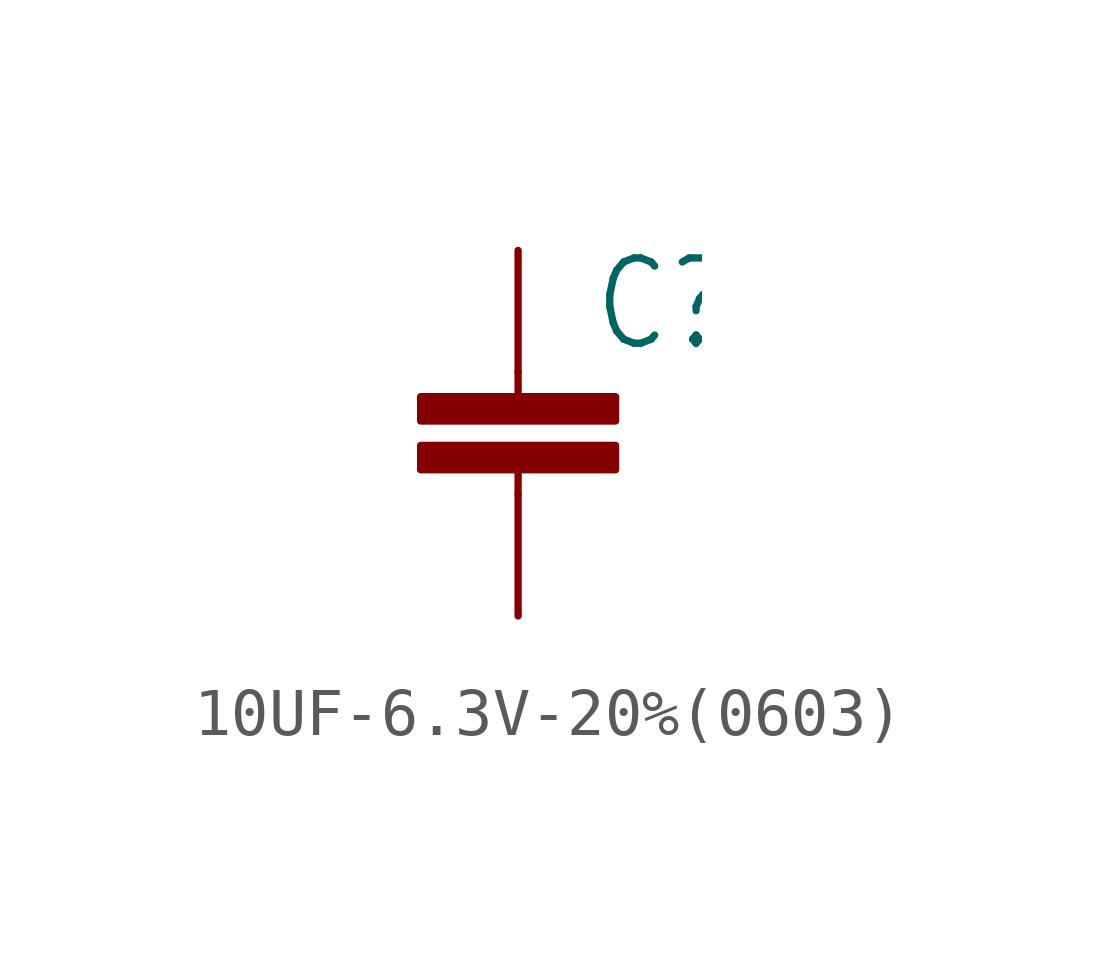
<source format=kicad_sym>
(kicad_symbol_lib
  (version 20220914)
  (generator kicad_symbol_editor)
  (symbol "10UF-6.3V-20%(0603)"
    (property "Reference" "C"
      (at 1.524 2.921 0)
      (effects (font (size 1.778 1.511)) (justify left bottom)))
    (property "Value" ""
      (at 1.524 -2.159 0)
      (effects (font (size 1.778 1.511)) (justify left bottom)))
    (property "ki_locked" ""
      (at 0 0 0)
      (effects (font (size 1.27 1.27))))
    (symbol "10UF-6.3V-20%(0603)_1_0"
      (rectangle (start -2.032 0.508) (end 2.032 1.016) (stroke (width 0) (type default)) (fill (type outline)))
      (rectangle (start -2.032 1.524) (end 2.032 2.032) (stroke (width 0) (type default)) (fill (type outline)))
      (polyline (pts (xy 0 0) (xy 0 0.508)) (stroke (width 0.152) (type solid)) (fill (type none)))
      (polyline (pts (xy 0 2.54) (xy 0 2.032)) (stroke (width 0.152) (type solid)) (fill (type none)))
      (pin passive line (at 0 5.08 270) (length 2.54) (name "1" (effects (font (size 0 0)))) (number "1" (effects (font (size 0 0)))))
      (pin passive line (at 0 -2.54 90) (length 2.54) (name "2" (effects (font (size 0 0)))) (number "2" (effects (font (size 0 0))))))))
</source>
